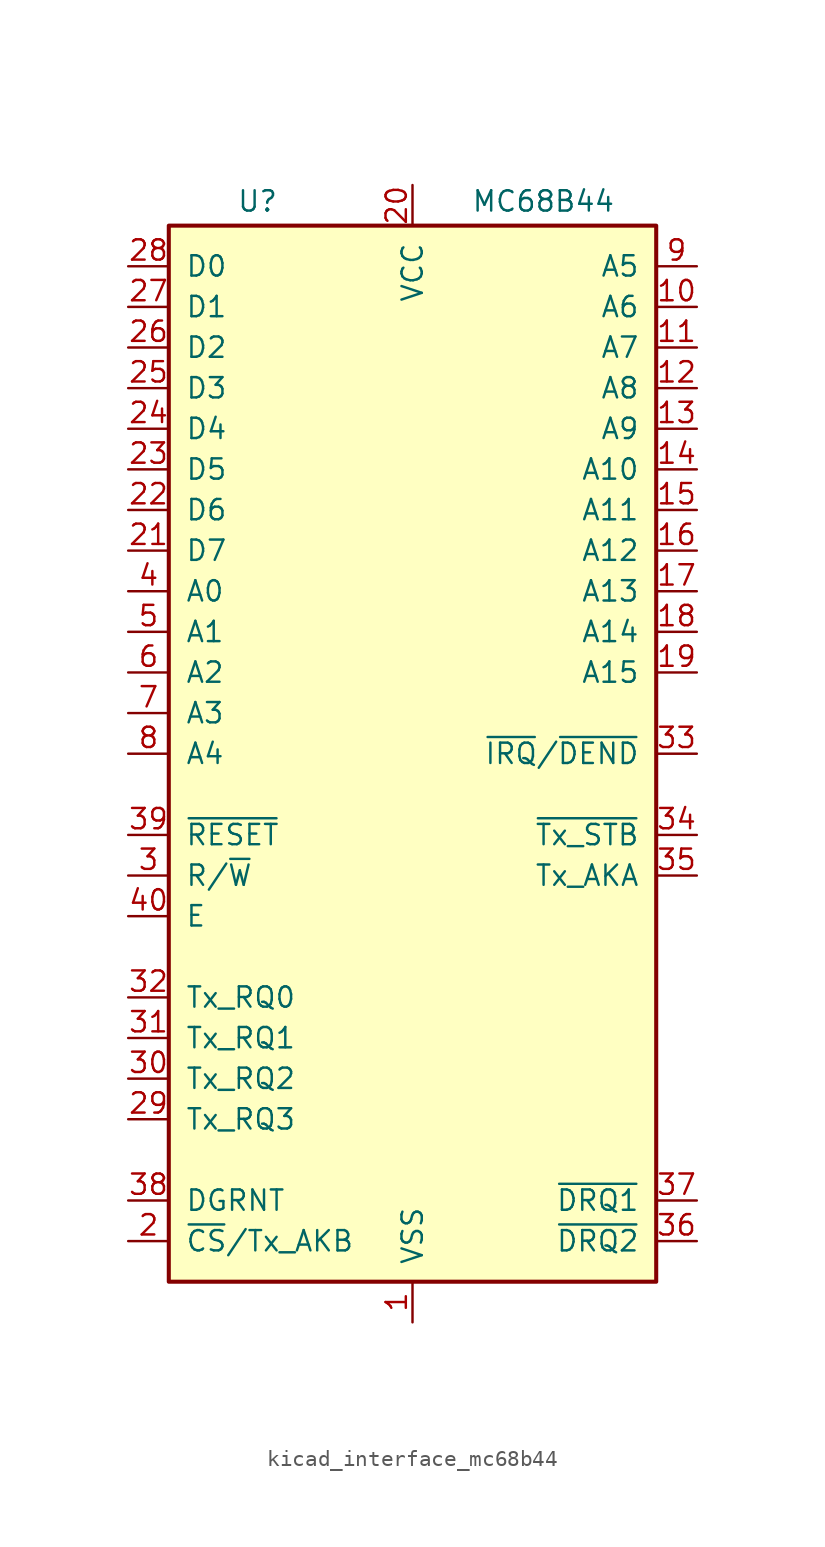
<source format=kicad_sym>
(kicad_symbol_lib
  (version 20220914)
  (generator kicad_symbol_editor)
  (symbol "kicad_interface_mc68b44"
    (pin_names
      (offset 1.016))
    (property "Reference" "U"
      (at -8.382 34.544 0)
      (effects (font (size 1.27 1.27)) (justify right)))
    (property "Value" "MC68B44"
      (at 12.7 34.544 0)
      (effects (font (size 1.27 1.27)) (justify right)))
    (symbol "kicad_interface_mc68b44_0_1"
      (rectangle (start -15.24 -33.02) (end 15.24 33.02) (stroke (width 0.254) (type default)) (fill (type background))))
    (symbol "kicad_interface_mc68b44_1_1"
      (pin power_in line (at 0 -35.56 90) (length 2.54) (name "VSS" (effects (font (size 1.27 1.27)))) (number "1" (effects (font (size 1.27 1.27)))))
      (pin output line (at 17.78 27.94 180) (length 2.54) (name "A6" (effects (font (size 1.27 1.27)))) (number "10" (effects (font (size 1.27 1.27)))))
      (pin output line (at 17.78 25.4 180) (length 2.54) (name "A7" (effects (font (size 1.27 1.27)))) (number "11" (effects (font (size 1.27 1.27)))))
      (pin output line (at 17.78 22.86 180) (length 2.54) (name "A8" (effects (font (size 1.27 1.27)))) (number "12" (effects (font (size 1.27 1.27)))))
      (pin output line (at 17.78 20.32 180) (length 2.54) (name "A9" (effects (font (size 1.27 1.27)))) (number "13" (effects (font (size 1.27 1.27)))))
      (pin output line (at 17.78 17.78 180) (length 2.54) (name "A10" (effects (font (size 1.27 1.27)))) (number "14" (effects (font (size 1.27 1.27)))))
      (pin output line (at 17.78 15.24 180) (length 2.54) (name "A11" (effects (font (size 1.27 1.27)))) (number "15" (effects (font (size 1.27 1.27)))))
      (pin output line (at 17.78 12.7 180) (length 2.54) (name "A12" (effects (font (size 1.27 1.27)))) (number "16" (effects (font (size 1.27 1.27)))))
      (pin output line (at 17.78 10.16 180) (length 2.54) (name "A13" (effects (font (size 1.27 1.27)))) (number "17" (effects (font (size 1.27 1.27)))))
      (pin output line (at 17.78 7.62 180) (length 2.54) (name "A14" (effects (font (size 1.27 1.27)))) (number "18" (effects (font (size 1.27 1.27)))))
      (pin output line (at 17.78 5.08 180) (length 2.54) (name "A15" (effects (font (size 1.27 1.27)))) (number "19" (effects (font (size 1.27 1.27)))))
      (pin bidirectional line (at -17.78 -30.48 0) (length 2.54) (name "~{CS}/Tx_AKB" (effects (font (size 1.27 1.27)))) (number "2" (effects (font (size 1.27 1.27)))))
      (pin power_in line (at 0 35.56 270) (length 2.54) (name "VCC" (effects (font (size 1.27 1.27)))) (number "20" (effects (font (size 1.27 1.27)))))
      (pin bidirectional line (at -17.78 12.7 0) (length 2.54) (name "D7" (effects (font (size 1.27 1.27)))) (number "21" (effects (font (size 1.27 1.27)))))
      (pin bidirectional line (at -17.78 15.24 0) (length 2.54) (name "D6" (effects (font (size 1.27 1.27)))) (number "22" (effects (font (size 1.27 1.27)))))
      (pin bidirectional line (at -17.78 17.78 0) (length 2.54) (name "D5" (effects (font (size 1.27 1.27)))) (number "23" (effects (font (size 1.27 1.27)))))
      (pin bidirectional line (at -17.78 20.32 0) (length 2.54) (name "D4" (effects (font (size 1.27 1.27)))) (number "24" (effects (font (size 1.27 1.27)))))
      (pin bidirectional line (at -17.78 22.86 0) (length 2.54) (name "D3" (effects (font (size 1.27 1.27)))) (number "25" (effects (font (size 1.27 1.27)))))
      (pin bidirectional line (at -17.78 25.4 0) (length 2.54) (name "D2" (effects (font (size 1.27 1.27)))) (number "26" (effects (font (size 1.27 1.27)))))
      (pin bidirectional line (at -17.78 27.94 0) (length 2.54) (name "D1" (effects (font (size 1.27 1.27)))) (number "27" (effects (font (size 1.27 1.27)))))
      (pin bidirectional line (at -17.78 30.48 0) (length 2.54) (name "D0" (effects (font (size 1.27 1.27)))) (number "28" (effects (font (size 1.27 1.27)))))
      (pin input line (at -17.78 -22.86 0) (length 2.54) (name "Tx_RQ3" (effects (font (size 1.27 1.27)))) (number "29" (effects (font (size 1.27 1.27)))))
      (pin bidirectional line (at -17.78 -7.62 0) (length 2.54) (name "R/~{W}" (effects (font (size 1.27 1.27)))) (number "3" (effects (font (size 1.27 1.27)))))
      (pin input line (at -17.78 -20.32 0) (length 2.54) (name "Tx_RQ2" (effects (font (size 1.27 1.27)))) (number "30" (effects (font (size 1.27 1.27)))))
      (pin input line (at -17.78 -17.78 0) (length 2.54) (name "Tx_RQ1" (effects (font (size 1.27 1.27)))) (number "31" (effects (font (size 1.27 1.27)))))
      (pin input line (at -17.78 -15.24 0) (length 2.54) (name "Tx_RQ0" (effects (font (size 1.27 1.27)))) (number "32" (effects (font (size 1.27 1.27)))))
      (pin output line (at 17.78 0 180) (length 2.54) (name "~{IRQ}/~{DEND}" (effects (font (size 1.27 1.27)))) (number "33" (effects (font (size 1.27 1.27)))))
      (pin output line (at 17.78 -5.08 180) (length 2.54) (name "~{Tx_STB}" (effects (font (size 1.27 1.27)))) (number "34" (effects (font (size 1.27 1.27)))))
      (pin output line (at 17.78 -7.62 180) (length 2.54) (name "Tx_AKA" (effects (font (size 1.27 1.27)))) (number "35" (effects (font (size 1.27 1.27)))))
      (pin output line (at 17.78 -30.48 180) (length 2.54) (name "~{DRQ2}" (effects (font (size 1.27 1.27)))) (number "36" (effects (font (size 1.27 1.27)))))
      (pin output line (at 17.78 -27.94 180) (length 2.54) (name "~{DRQ1}" (effects (font (size 1.27 1.27)))) (number "37" (effects (font (size 1.27 1.27)))))
      (pin input line (at -17.78 -27.94 0) (length 2.54) (name "DGRNT" (effects (font (size 1.27 1.27)))) (number "38" (effects (font (size 1.27 1.27)))))
      (pin input line (at -17.78 -5.08 0) (length 2.54) (name "~{RESET}" (effects (font (size 1.27 1.27)))) (number "39" (effects (font (size 1.27 1.27)))))
      (pin bidirectional line (at -17.78 10.16 0) (length 2.54) (name "A0" (effects (font (size 1.27 1.27)))) (number "4" (effects (font (size 1.27 1.27)))))
      (pin input line (at -17.78 -10.16 0) (length 2.54) (name "E" (effects (font (size 1.27 1.27)))) (number "40" (effects (font (size 1.27 1.27)))))
      (pin bidirectional line (at -17.78 7.62 0) (length 2.54) (name "A1" (effects (font (size 1.27 1.27)))) (number "5" (effects (font (size 1.27 1.27)))))
      (pin bidirectional line (at -17.78 5.08 0) (length 2.54) (name "A2" (effects (font (size 1.27 1.27)))) (number "6" (effects (font (size 1.27 1.27)))))
      (pin bidirectional line (at -17.78 2.54 0) (length 2.54) (name "A3" (effects (font (size 1.27 1.27)))) (number "7" (effects (font (size 1.27 1.27)))))
      (pin bidirectional line (at -17.78 0 0) (length 2.54) (name "A4" (effects (font (size 1.27 1.27)))) (number "8" (effects (font (size 1.27 1.27)))))
      (pin output line (at 17.78 30.48 180) (length 2.54) (name "A5" (effects (font (size 1.27 1.27)))) (number "9" (effects (font (size 1.27 1.27))))))))
</source>
